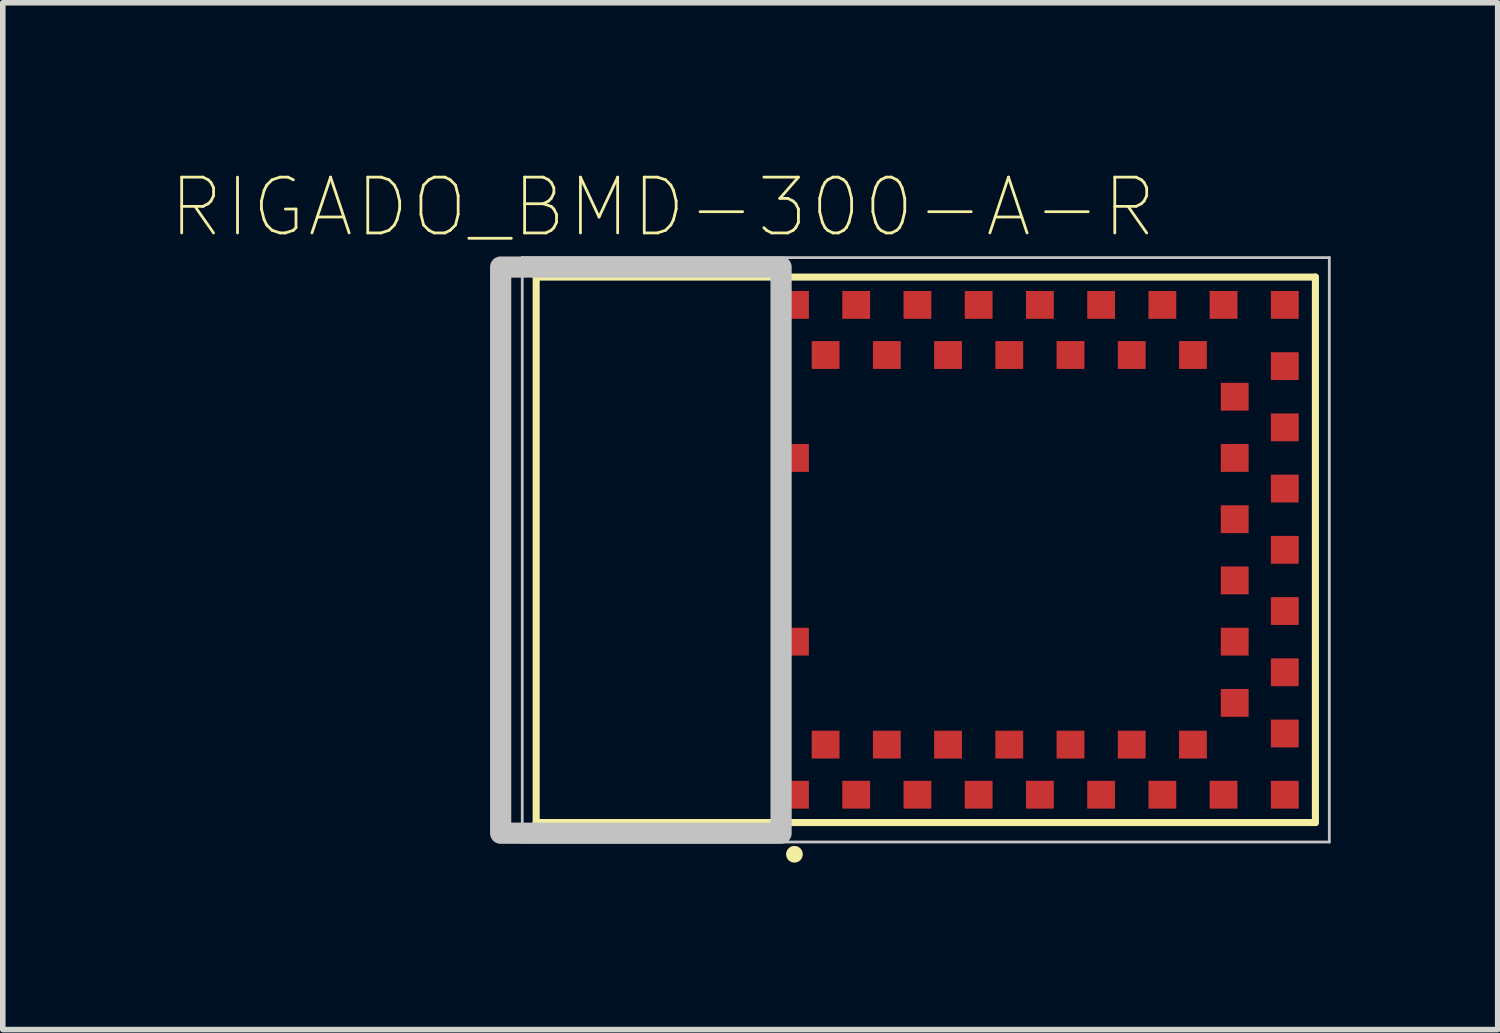
<source format=kicad_pcb>
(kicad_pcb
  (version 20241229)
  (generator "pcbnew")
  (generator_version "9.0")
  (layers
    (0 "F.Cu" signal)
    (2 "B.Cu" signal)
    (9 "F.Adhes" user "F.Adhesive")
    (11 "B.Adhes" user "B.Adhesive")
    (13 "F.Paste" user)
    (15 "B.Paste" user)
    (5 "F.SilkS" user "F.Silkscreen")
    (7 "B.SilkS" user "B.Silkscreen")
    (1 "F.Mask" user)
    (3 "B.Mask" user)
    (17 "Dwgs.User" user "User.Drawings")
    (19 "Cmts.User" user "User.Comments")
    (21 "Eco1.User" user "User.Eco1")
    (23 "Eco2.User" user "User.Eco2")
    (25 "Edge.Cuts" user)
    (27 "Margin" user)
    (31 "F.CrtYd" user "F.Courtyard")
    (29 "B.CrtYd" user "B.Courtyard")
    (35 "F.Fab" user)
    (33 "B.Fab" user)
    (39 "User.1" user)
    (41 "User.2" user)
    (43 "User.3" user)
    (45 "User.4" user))
  (footprint "RIGADO_BMD-300-A-R"
    (layer "F.Cu")
    (at 13.583 6.828)
    (property "Reference" "RIGADO_BMD-300-A-R" (at -4.724 -6.154 0) (layer "F.SilkS") (effects (font (size 1.003 1.003) (thickness 0.05))))
    (attr smd)
    (fp_line (start -7 -4.9) (end -7 4.9) (stroke (width 0.127) (type solid)) (layer "F.SilkS"))
    (fp_line (start -7 4.9) (end 7 4.9) (stroke (width 0.127) (type solid)) (layer "F.SilkS"))
    (fp_line (start 7 -4.9) (end -7 -4.9) (stroke (width 0.127) (type solid)) (layer "F.SilkS"))
    (fp_line (start 7 4.9) (end 7 -4.9) (stroke (width 0.127) (type solid)) (layer "F.SilkS"))
    (fp_circle (center -2.36 5.47) (end -2.21 5.47) (stroke (width 0) (type solid)) (fill yes) (layer "F.SilkS"))
    (fp_line (start -7.25 -5.25) (end -7.25 5.25) (stroke (width 0.05) (type solid)) (layer "Dwgs.User"))
    (fp_line (start -7.25 5.25) (end 7.25 5.25) (stroke (width 0.05) (type solid)) (layer "Dwgs.User"))
    (fp_line (start 7.25 -5.25) (end -7.25 -5.25) (stroke (width 0.05) (type solid)) (layer "Dwgs.User"))
    (fp_line (start 7.25 5.25) (end 7.25 -5.25) (stroke (width 0.05) (type solid)) (layer "Dwgs.User"))
    (fp_poly (pts (xy -7.638 -5.08) (xy -2.6 -5.08) (xy -2.6 5.092) (xy -7.638 5.092)) (stroke (width 0.381) (type solid)) (fill no) (layer "Dwgs.User"))
    (pad "1" smd rect (at -2.35 4.4) (size 0.5 0.5) (layers "F.Cu" "F.Mask" "F.Paste"))
    (pad "2" smd rect (at -1.8 3.5) (size 0.5 0.5) (layers "F.Cu" "F.Mask" "F.Paste"))
    (pad "3" smd rect (at -1.25 4.4) (size 0.5 0.5) (layers "F.Cu" "F.Mask" "F.Paste"))
    (pad "4" smd rect (at -0.7 3.5) (size 0.5 0.5) (layers "F.Cu" "F.Mask" "F.Paste"))
    (pad "5" smd rect (at -0.15 4.4) (size 0.5 0.5) (layers "F.Cu" "F.Mask" "F.Paste"))
    (pad "6" smd rect (at 0.4 3.5) (size 0.5 0.5) (layers "F.Cu" "F.Mask" "F.Paste"))
    (pad "7" smd rect (at 0.95 4.4) (size 0.5 0.5) (layers "F.Cu" "F.Mask" "F.Paste"))
    (pad "8" smd rect (at 1.5 3.5) (size 0.5 0.5) (layers "F.Cu" "F.Mask" "F.Paste"))
    (pad "9" smd rect (at 2.05 4.4) (size 0.5 0.5) (layers "F.Cu" "F.Mask" "F.Paste"))
    (pad "10" smd rect (at 2.6 3.5) (size 0.5 0.5) (layers "F.Cu" "F.Mask" "F.Paste"))
    (pad "11" smd rect (at 3.15 4.4) (size 0.5 0.5) (layers "F.Cu" "F.Mask" "F.Paste"))
    (pad "12" smd rect (at 3.7 3.5) (size 0.5 0.5) (layers "F.Cu" "F.Mask" "F.Paste"))
    (pad "13" smd rect (at 4.25 4.4) (size 0.5 0.5) (layers "F.Cu" "F.Mask" "F.Paste"))
    (pad "14" smd rect (at 4.8 3.5) (size 0.5 0.5) (layers "F.Cu" "F.Mask" "F.Paste"))
    (pad "15" smd rect (at 5.35 4.4) (size 0.5 0.5) (layers "F.Cu" "F.Mask" "F.Paste"))
    (pad "16" smd rect (at 6.45 4.4) (size 0.5 0.5) (layers "F.Cu" "F.Mask" "F.Paste"))
    (pad "17" smd rect (at 6.45 3.3) (size 0.5 0.5) (layers "F.Cu" "F.Mask" "F.Paste"))
    (pad "18" smd rect (at 5.55 2.75) (size 0.5 0.5) (layers "F.Cu" "F.Mask" "F.Paste"))
    (pad "19" smd rect (at 6.45 2.2) (size 0.5 0.5) (layers "F.Cu" "F.Mask" "F.Paste"))
    (pad "20" smd rect (at 5.55 1.65) (size 0.5 0.5) (layers "F.Cu" "F.Mask" "F.Paste"))
    (pad "21" smd rect (at 6.45 1.1) (size 0.5 0.5) (layers "F.Cu" "F.Mask" "F.Paste"))
    (pad "22" smd rect (at 5.55 0.55) (size 0.5 0.5) (layers "F.Cu" "F.Mask" "F.Paste"))
    (pad "23" smd rect (at 6.45 0) (size 0.5 0.5) (layers "F.Cu" "F.Mask" "F.Paste"))
    (pad "24" smd rect (at 5.55 -0.55) (size 0.5 0.5) (layers "F.Cu" "F.Mask" "F.Paste"))
    (pad "25" smd rect (at 6.45 -1.1) (size 0.5 0.5) (layers "F.Cu" "F.Mask" "F.Paste"))
    (pad "26" smd rect (at 5.55 -1.65) (size 0.5 0.5) (layers "F.Cu" "F.Mask" "F.Paste"))
    (pad "27" smd rect (at 6.45 -2.2) (size 0.5 0.5) (layers "F.Cu" "F.Mask" "F.Paste"))
    (pad "28" smd rect (at 5.55 -2.75) (size 0.5 0.5) (layers "F.Cu" "F.Mask" "F.Paste"))
    (pad "29" smd rect (at 6.45 -3.3) (size 0.5 0.5) (layers "F.Cu" "F.Mask" "F.Paste"))
    (pad "30" smd rect (at 6.45 -4.4) (size 0.5 0.5) (layers "F.Cu" "F.Mask" "F.Paste"))
    (pad "31" smd rect (at 5.35 -4.4) (size 0.5 0.5) (layers "F.Cu" "F.Mask" "F.Paste"))
    (pad "32" smd rect (at 4.8 -3.5) (size 0.5 0.5) (layers "F.Cu" "F.Mask" "F.Paste"))
    (pad "33" smd rect (at 4.25 -4.4) (size 0.5 0.5) (layers "F.Cu" "F.Mask" "F.Paste"))
    (pad "34" smd rect (at 3.7 -3.5) (size 0.5 0.5) (layers "F.Cu" "F.Mask" "F.Paste"))
    (pad "35" smd rect (at 3.15 -4.4) (size 0.5 0.5) (layers "F.Cu" "F.Mask" "F.Paste"))
    (pad "36" smd rect (at 2.6 -3.5) (size 0.5 0.5) (layers "F.Cu" "F.Mask" "F.Paste"))
    (pad "37" smd rect (at 2.05 -4.4) (size 0.5 0.5) (layers "F.Cu" "F.Mask" "F.Paste"))
    (pad "38" smd rect (at 1.5 -3.5) (size 0.5 0.5) (layers "F.Cu" "F.Mask" "F.Paste"))
    (pad "39" smd rect (at 0.95 -4.4) (size 0.5 0.5) (layers "F.Cu" "F.Mask" "F.Paste"))
    (pad "40" smd rect (at 0.4 -3.5) (size 0.5 0.5) (layers "F.Cu" "F.Mask" "F.Paste"))
    (pad "41" smd rect (at -0.15 -4.4) (size 0.5 0.5) (layers "F.Cu" "F.Mask" "F.Paste"))
    (pad "42" smd rect (at -0.7 -3.5) (size 0.5 0.5) (layers "F.Cu" "F.Mask" "F.Paste"))
    (pad "43" smd rect (at -1.25 -4.4) (size 0.5 0.5) (layers "F.Cu" "F.Mask" "F.Paste"))
    (pad "44" smd rect (at -1.8 -3.5) (size 0.5 0.5) (layers "F.Cu" "F.Mask" "F.Paste"))
    (pad "45" smd rect (at -2.35 -4.4) (size 0.5 0.5) (layers "F.Cu" "F.Mask" "F.Paste"))
    (pad "46" smd rect (at -2.35 -1.65) (size 0.5 0.5) (layers "F.Cu" "F.Mask" "F.Paste"))
    (pad "47" smd rect (at -2.35 1.65) (size 0.5 0.5) (layers "F.Cu" "F.Mask" "F.Paste")))
  (gr_rect
    (start -3 -3)
    (end 23.858 15.448)
    (stroke (width 0.1) (type default))
    (fill no)
    (layer "Edge.Cuts")))
</source>
